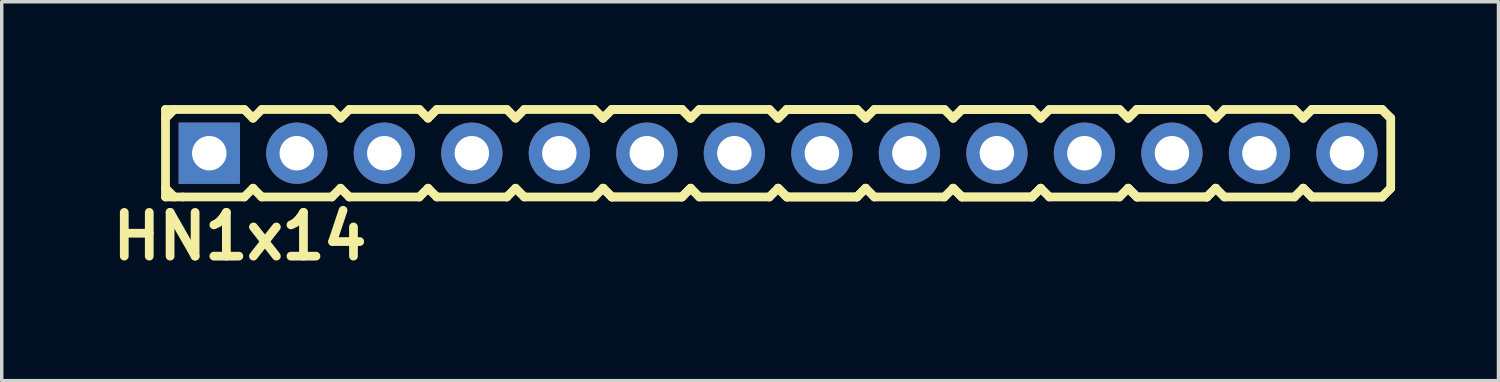
<source format=kicad_pcb>
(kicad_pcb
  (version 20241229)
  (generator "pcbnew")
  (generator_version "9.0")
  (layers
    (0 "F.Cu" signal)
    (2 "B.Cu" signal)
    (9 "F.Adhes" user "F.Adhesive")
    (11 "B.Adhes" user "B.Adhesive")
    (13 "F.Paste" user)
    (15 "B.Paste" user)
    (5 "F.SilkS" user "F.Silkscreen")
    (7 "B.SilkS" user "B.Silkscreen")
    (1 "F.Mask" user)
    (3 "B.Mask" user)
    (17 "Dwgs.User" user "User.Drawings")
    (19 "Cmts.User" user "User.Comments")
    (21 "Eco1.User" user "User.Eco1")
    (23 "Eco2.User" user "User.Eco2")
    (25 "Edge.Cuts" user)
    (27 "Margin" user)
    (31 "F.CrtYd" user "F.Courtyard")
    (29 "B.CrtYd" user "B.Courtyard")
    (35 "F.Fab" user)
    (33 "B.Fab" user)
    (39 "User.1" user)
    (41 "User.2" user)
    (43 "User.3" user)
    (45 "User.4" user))
  (footprint "HN1x14"
    (layer "F.Cu")
    (at 19.534 1.397)
    (property "Reference" "HN1x14" (at -15.621 2.413 0) (layer "F.SilkS") (effects (font (size 1.27 1.27) (thickness 0.254))))
    (attr smd)
    (fp_line (start -17.78 -1.27) (end -17.78 1.27) (stroke (width 0.254) (type solid)) (layer "F.SilkS"))
    (fp_line (start -17.78 -1.27) (end -17.526 -1.27) (stroke (width 0.254) (type solid)) (layer "F.SilkS"))
    (fp_line (start -17.78 -1.016) (end -17.526 -1.27) (stroke (width 0.254) (type solid)) (layer "F.SilkS"))
    (fp_line (start -17.526 -1.27) (end -15.494 -1.27) (stroke (width 0.254) (type solid)) (layer "F.SilkS"))
    (fp_line (start -17.526 1.27) (end -17.78 1.016) (stroke (width 0.254) (type solid)) (layer "F.SilkS"))
    (fp_line (start -17.272 1.27) (end -17.78 1.27) (stroke (width 0.254) (type solid)) (layer "F.SilkS"))
    (fp_line (start -15.494 -1.27) (end -15.24 -1.016) (stroke (width 0.254) (type solid)) (layer "F.SilkS"))
    (fp_line (start -15.494 1.27) (end -17.272 1.27) (stroke (width 0.254) (type solid)) (layer "F.SilkS"))
    (fp_line (start -15.24 -1.016) (end -14.986 -1.27) (stroke (width 0.254) (type solid)) (layer "F.SilkS"))
    (fp_line (start -15.24 1.016) (end -15.494 1.27) (stroke (width 0.254) (type solid)) (layer "F.SilkS"))
    (fp_line (start -14.986 -1.27) (end -12.954 -1.27) (stroke (width 0.254) (type solid)) (layer "F.SilkS"))
    (fp_line (start -14.986 1.27) (end -15.24 1.016) (stroke (width 0.254) (type solid)) (layer "F.SilkS"))
    (fp_line (start -12.954 -1.27) (end -12.7 -1.016) (stroke (width 0.254) (type solid)) (layer "F.SilkS"))
    (fp_line (start -12.954 1.27) (end -14.986 1.27) (stroke (width 0.254) (type solid)) (layer "F.SilkS"))
    (fp_line (start -12.954 1.27) (end -12.7 1.016) (stroke (width 0.254) (type solid)) (layer "F.SilkS"))
    (fp_line (start -12.7 -1.016) (end -12.446 -1.27) (stroke (width 0.254) (type solid)) (layer "F.SilkS"))
    (fp_line (start -12.7 1.016) (end -12.446 1.27) (stroke (width 0.254) (type solid)) (layer "F.SilkS"))
    (fp_line (start -12.446 -1.27) (end -10.414 -1.27) (stroke (width 0.254) (type solid)) (layer "F.SilkS"))
    (fp_line (start -10.414 -1.27) (end -10.16 -1.016) (stroke (width 0.254) (type solid)) (layer "F.SilkS"))
    (fp_line (start -10.414 1.27) (end -12.446 1.27) (stroke (width 0.254) (type solid)) (layer "F.SilkS"))
    (fp_line (start -10.16 -1.016) (end -9.906 -1.27) (stroke (width 0.254) (type solid)) (layer "F.SilkS"))
    (fp_line (start -10.16 1.016) (end -10.414 1.27) (stroke (width 0.254) (type solid)) (layer "F.SilkS"))
    (fp_line (start -9.906 -1.27) (end -7.874 -1.27) (stroke (width 0.254) (type solid)) (layer "F.SilkS"))
    (fp_line (start -9.906 1.27) (end -10.16 1.016) (stroke (width 0.254) (type solid)) (layer "F.SilkS"))
    (fp_line (start -7.874 -1.27) (end -7.62 -1.016) (stroke (width 0.254) (type solid)) (layer "F.SilkS"))
    (fp_line (start -7.874 1.27) (end -9.906 1.27) (stroke (width 0.254) (type solid)) (layer "F.SilkS"))
    (fp_line (start -7.62 -1.016) (end -7.366 -1.27) (stroke (width 0.254) (type solid)) (layer "F.SilkS"))
    (fp_line (start -7.62 1.016) (end -7.874 1.27) (stroke (width 0.254) (type solid)) (layer "F.SilkS"))
    (fp_line (start -7.366 -1.27) (end -5.334 -1.27) (stroke (width 0.254) (type solid)) (layer "F.SilkS"))
    (fp_line (start -7.366 1.27) (end -7.62 1.016) (stroke (width 0.254) (type solid)) (layer "F.SilkS"))
    (fp_line (start -5.334 -1.27) (end -5.08 -1.016) (stroke (width 0.254) (type solid)) (layer "F.SilkS"))
    (fp_line (start -5.334 1.27) (end -7.366 1.27) (stroke (width 0.254) (type solid)) (layer "F.SilkS"))
    (fp_line (start -5.08 -1.016) (end -4.826 -1.27) (stroke (width 0.254) (type solid)) (layer "F.SilkS"))
    (fp_line (start -5.08 -1.016) (end -4.826 -1.27) (stroke (width 0.254) (type solid)) (layer "F.SilkS"))
    (fp_line (start -5.08 1.016) (end -5.334 1.27) (stroke (width 0.254) (type solid)) (layer "F.SilkS"))
    (fp_line (start -4.826 -1.27) (end -2.794 -1.27) (stroke (width 0.254) (type solid)) (layer "F.SilkS"))
    (fp_line (start -4.826 -1.27) (end -2.794 -1.27) (stroke (width 0.254) (type solid)) (layer "F.SilkS"))
    (fp_line (start -4.826 1.27) (end -5.08 1.016) (stroke (width 0.254) (type solid)) (layer "F.SilkS"))
    (fp_line (start -4.826 1.27) (end -5.08 1.016) (stroke (width 0.254) (type solid)) (layer "F.SilkS"))
    (fp_line (start -2.794 -1.27) (end -2.54 -1.016) (stroke (width 0.254) (type solid)) (layer "F.SilkS"))
    (fp_line (start -2.794 -1.27) (end -2.54 -1.016) (stroke (width 0.254) (type solid)) (layer "F.SilkS"))
    (fp_line (start -2.794 1.27) (end -4.826 1.27) (stroke (width 0.254) (type solid)) (layer "F.SilkS"))
    (fp_line (start -2.794 1.27) (end -4.826 1.27) (stroke (width 0.254) (type solid)) (layer "F.SilkS"))
    (fp_line (start -2.54 -1.016) (end -2.286 -1.27) (stroke (width 0.254) (type solid)) (layer "F.SilkS"))
    (fp_line (start -2.54 1.016) (end -2.794 1.27) (stroke (width 0.254) (type solid)) (layer "F.SilkS"))
    (fp_line (start -2.54 1.016) (end -2.794 1.27) (stroke (width 0.254) (type solid)) (layer "F.SilkS"))
    (fp_line (start -2.286 -1.27) (end -0.254 -1.27) (stroke (width 0.254) (type solid)) (layer "F.SilkS"))
    (fp_line (start -2.286 1.27) (end -2.54 1.016) (stroke (width 0.254) (type solid)) (layer "F.SilkS"))
    (fp_line (start -0.254 -1.27) (end 0 -1.016) (stroke (width 0.254) (type solid)) (layer "F.SilkS"))
    (fp_line (start -0.254 1.27) (end -2.286 1.27) (stroke (width 0.254) (type solid)) (layer "F.SilkS"))
    (fp_line (start 0 -1.016) (end 0.254 -1.27) (stroke (width 0.254) (type solid)) (layer "F.SilkS"))
    (fp_line (start 0 -1.016) (end 0.254 -1.27) (stroke (width 0.254) (type solid)) (layer "F.SilkS"))
    (fp_line (start 0 1.016) (end -0.254 1.27) (stroke (width 0.254) (type solid)) (layer "F.SilkS"))
    (fp_line (start 0.254 -1.27) (end 2.286 -1.27) (stroke (width 0.254) (type solid)) (layer "F.SilkS"))
    (fp_line (start 0.254 -1.27) (end 2.286 -1.27) (stroke (width 0.254) (type solid)) (layer "F.SilkS"))
    (fp_line (start 0.254 1.27) (end 0 1.016) (stroke (width 0.254) (type solid)) (layer "F.SilkS"))
    (fp_line (start 0.254 1.27) (end 0 1.016) (stroke (width 0.254) (type solid)) (layer "F.SilkS"))
    (fp_line (start 2.286 -1.27) (end 2.54 -1.016) (stroke (width 0.254) (type solid)) (layer "F.SilkS"))
    (fp_line (start 2.286 -1.27) (end 2.54 -1.016) (stroke (width 0.254) (type solid)) (layer "F.SilkS"))
    (fp_line (start 2.286 1.27) (end 0.254 1.27) (stroke (width 0.254) (type solid)) (layer "F.SilkS"))
    (fp_line (start 2.286 1.27) (end 0.254 1.27) (stroke (width 0.254) (type solid)) (layer "F.SilkS"))
    (fp_line (start 2.54 -1.016) (end 2.794 -1.27) (stroke (width 0.254) (type solid)) (layer "F.SilkS"))
    (fp_line (start 2.54 1.016) (end 2.286 1.27) (stroke (width 0.254) (type solid)) (layer "F.SilkS"))
    (fp_line (start 2.54 1.016) (end 2.286 1.27) (stroke (width 0.254) (type solid)) (layer "F.SilkS"))
    (fp_line (start 2.794 -1.27) (end 4.826 -1.27) (stroke (width 0.254) (type solid)) (layer "F.SilkS"))
    (fp_line (start 2.794 1.27) (end 2.54 1.016) (stroke (width 0.254) (type solid)) (layer "F.SilkS"))
    (fp_line (start 4.826 -1.27) (end 5.08 -1.016) (stroke (width 0.254) (type solid)) (layer "F.SilkS"))
    (fp_line (start 4.826 1.27) (end 2.794 1.27) (stroke (width 0.254) (type solid)) (layer "F.SilkS"))
    (fp_line (start 5.08 -1.016) (end 5.334 -1.27) (stroke (width 0.254) (type solid)) (layer "F.SilkS"))
    (fp_line (start 5.08 -1.016) (end 5.334 -1.27) (stroke (width 0.254) (type solid)) (layer "F.SilkS"))
    (fp_line (start 5.08 1.016) (end 4.826 1.27) (stroke (width 0.254) (type solid)) (layer "F.SilkS"))
    (fp_line (start 5.334 -1.27) (end 7.366 -1.27) (stroke (width 0.254) (type solid)) (layer "F.SilkS"))
    (fp_line (start 5.334 -1.27) (end 7.366 -1.27) (stroke (width 0.254) (type solid)) (layer "F.SilkS"))
    (fp_line (start 5.334 1.27) (end 5.08 1.016) (stroke (width 0.254) (type solid)) (layer "F.SilkS"))
    (fp_line (start 5.334 1.27) (end 5.08 1.016) (stroke (width 0.254) (type solid)) (layer "F.SilkS"))
    (fp_line (start 7.366 -1.27) (end 7.62 -1.016) (stroke (width 0.254) (type solid)) (layer "F.SilkS"))
    (fp_line (start 7.366 -1.27) (end 7.62 -1.016) (stroke (width 0.254) (type solid)) (layer "F.SilkS"))
    (fp_line (start 7.366 1.27) (end 5.334 1.27) (stroke (width 0.254) (type solid)) (layer "F.SilkS"))
    (fp_line (start 7.366 1.27) (end 5.334 1.27) (stroke (width 0.254) (type solid)) (layer "F.SilkS"))
    (fp_line (start 7.62 -1.016) (end 7.874 -1.27) (stroke (width 0.254) (type solid)) (layer "F.SilkS"))
    (fp_line (start 7.62 1.016) (end 7.366 1.27) (stroke (width 0.254) (type solid)) (layer "F.SilkS"))
    (fp_line (start 7.62 1.016) (end 7.366 1.27) (stroke (width 0.254) (type solid)) (layer "F.SilkS"))
    (fp_line (start 7.874 -1.27) (end 9.906 -1.27) (stroke (width 0.254) (type solid)) (layer "F.SilkS"))
    (fp_line (start 7.874 1.27) (end 7.62 1.016) (stroke (width 0.254) (type solid)) (layer "F.SilkS"))
    (fp_line (start 9.906 -1.27) (end 10.16 -1.016) (stroke (width 0.254) (type solid)) (layer "F.SilkS"))
    (fp_line (start 9.906 1.27) (end 7.874 1.27) (stroke (width 0.254) (type solid)) (layer "F.SilkS"))
    (fp_line (start 10.16 -1.016) (end 10.414 -1.27) (stroke (width 0.254) (type solid)) (layer "F.SilkS"))
    (fp_line (start 10.16 -1.016) (end 10.414 -1.27) (stroke (width 0.254) (type solid)) (layer "F.SilkS"))
    (fp_line (start 10.16 1.016) (end 9.906 1.27) (stroke (width 0.254) (type solid)) (layer "F.SilkS"))
    (fp_line (start 10.414 -1.27) (end 12.446 -1.27) (stroke (width 0.254) (type solid)) (layer "F.SilkS"))
    (fp_line (start 10.414 -1.27) (end 12.446 -1.27) (stroke (width 0.254) (type solid)) (layer "F.SilkS"))
    (fp_line (start 10.414 1.27) (end 10.16 1.016) (stroke (width 0.254) (type solid)) (layer "F.SilkS"))
    (fp_line (start 10.414 1.27) (end 10.16 1.016) (stroke (width 0.254) (type solid)) (layer "F.SilkS"))
    (fp_line (start 12.446 -1.27) (end 12.7 -1.016) (stroke (width 0.254) (type solid)) (layer "F.SilkS"))
    (fp_line (start 12.446 -1.27) (end 12.7 -1.016) (stroke (width 0.254) (type solid)) (layer "F.SilkS"))
    (fp_line (start 12.446 1.27) (end 10.414 1.27) (stroke (width 0.254) (type solid)) (layer "F.SilkS"))
    (fp_line (start 12.446 1.27) (end 10.414 1.27) (stroke (width 0.254) (type solid)) (layer "F.SilkS"))
    (fp_line (start 12.7 -1.016) (end 12.954 -1.27) (stroke (width 0.254) (type solid)) (layer "F.SilkS"))
    (fp_line (start 12.7 1.016) (end 12.446 1.27) (stroke (width 0.254) (type solid)) (layer "F.SilkS"))
    (fp_line (start 12.7 1.016) (end 12.446 1.27) (stroke (width 0.254) (type solid)) (layer "F.SilkS"))
    (fp_line (start 12.954 -1.27) (end 14.986 -1.27) (stroke (width 0.254) (type solid)) (layer "F.SilkS"))
    (fp_line (start 12.954 1.27) (end 12.7 1.016) (stroke (width 0.254) (type solid)) (layer "F.SilkS"))
    (fp_line (start 14.986 -1.27) (end 15.24 -1.016) (stroke (width 0.254) (type solid)) (layer "F.SilkS"))
    (fp_line (start 14.986 1.27) (end 12.954 1.27) (stroke (width 0.254) (type solid)) (layer "F.SilkS"))
    (fp_line (start 15.24 -1.016) (end 15.494 -1.27) (stroke (width 0.254) (type solid)) (layer "F.SilkS"))
    (fp_line (start 15.24 -1.016) (end 15.494 -1.27) (stroke (width 0.254) (type solid)) (layer "F.SilkS"))
    (fp_line (start 15.24 1.016) (end 14.986 1.27) (stroke (width 0.254) (type solid)) (layer "F.SilkS"))
    (fp_line (start 15.494 -1.27) (end 17.526 -1.27) (stroke (width 0.254) (type solid)) (layer "F.SilkS"))
    (fp_line (start 15.494 -1.27) (end 17.526 -1.27) (stroke (width 0.254) (type solid)) (layer "F.SilkS"))
    (fp_line (start 15.494 1.27) (end 15.24 1.016) (stroke (width 0.254) (type solid)) (layer "F.SilkS"))
    (fp_line (start 15.494 1.27) (end 15.24 1.016) (stroke (width 0.254) (type solid)) (layer "F.SilkS"))
    (fp_line (start 17.526 -1.27) (end 17.78 -1.016) (stroke (width 0.254) (type solid)) (layer "F.SilkS"))
    (fp_line (start 17.526 -1.27) (end 17.78 -1.016) (stroke (width 0.254) (type solid)) (layer "F.SilkS"))
    (fp_line (start 17.526 1.27) (end 15.494 1.27) (stroke (width 0.254) (type solid)) (layer "F.SilkS"))
    (fp_line (start 17.526 1.27) (end 15.494 1.27) (stroke (width 0.254) (type solid)) (layer "F.SilkS"))
    (fp_line (start 17.78 -1.016) (end 17.78 1.016) (stroke (width 0.254) (type solid)) (layer "F.SilkS"))
    (fp_line (start 17.78 1.016) (end 17.526 1.27) (stroke (width 0.254) (type solid)) (layer "F.SilkS"))
    (fp_line (start 17.78 1.016) (end 17.526 1.27) (stroke (width 0.254) (type solid)) (layer "F.SilkS"))
    (pad "1" thru_hole rect (at -16.51 0) (size 1.778 1.778) (drill 1) (layers "*.Cu" "*.Mask"))
    (pad "2" thru_hole circle (at -13.97 0) (size 1.778 1.778) (drill 1) (layers "*.Cu" "*.Mask"))
    (pad "3" thru_hole circle (at -11.43 0) (size 1.778 1.778) (drill 1) (layers "*.Cu" "*.Mask"))
    (pad "4" thru_hole circle (at -8.89 0) (size 1.778 1.778) (drill 1) (layers "*.Cu" "*.Mask"))
    (pad "5" thru_hole circle (at -6.35 0) (size 1.778 1.778) (drill 1) (layers "*.Cu" "*.Mask"))
    (pad "6" thru_hole circle (at -3.81 0) (size 1.778 1.778) (drill 1) (layers "*.Cu" "*.Mask"))
    (pad "7" thru_hole circle (at -1.27 0) (size 1.778 1.778) (drill 1) (layers "*.Cu" "*.Mask"))
    (pad "8" thru_hole circle (at 1.27 0) (size 1.778 1.778) (drill 1) (layers "*.Cu" "*.Mask"))
    (pad "9" thru_hole circle (at 3.81 0) (size 1.778 1.778) (drill 1) (layers "*.Cu" "*.Mask"))
    (pad "10" thru_hole circle (at 6.35 0) (size 1.778 1.778) (drill 1) (layers "*.Cu" "*.Mask"))
    (pad "11" thru_hole circle (at 8.89 0) (size 1.778 1.778) (drill 1) (layers "*.Cu" "*.Mask"))
    (pad "12" thru_hole circle (at 11.43 0) (size 1.778 1.778) (drill 1) (layers "*.Cu" "*.Mask"))
    (pad "13" thru_hole circle (at 13.97 0) (size 1.778 1.778) (drill 1) (layers "*.Cu" "*.Mask"))
    (pad "14" thru_hole circle (at 16.51 0) (size 1.778 1.778) (drill 1) (layers "*.Cu" "*.Mask")))
  (gr_rect
    (start -3 -3)
    (end 40.441 7.999)
    (stroke (width 0.1) (type default))
    (fill no)
    (layer "Edge.Cuts")))
</source>
